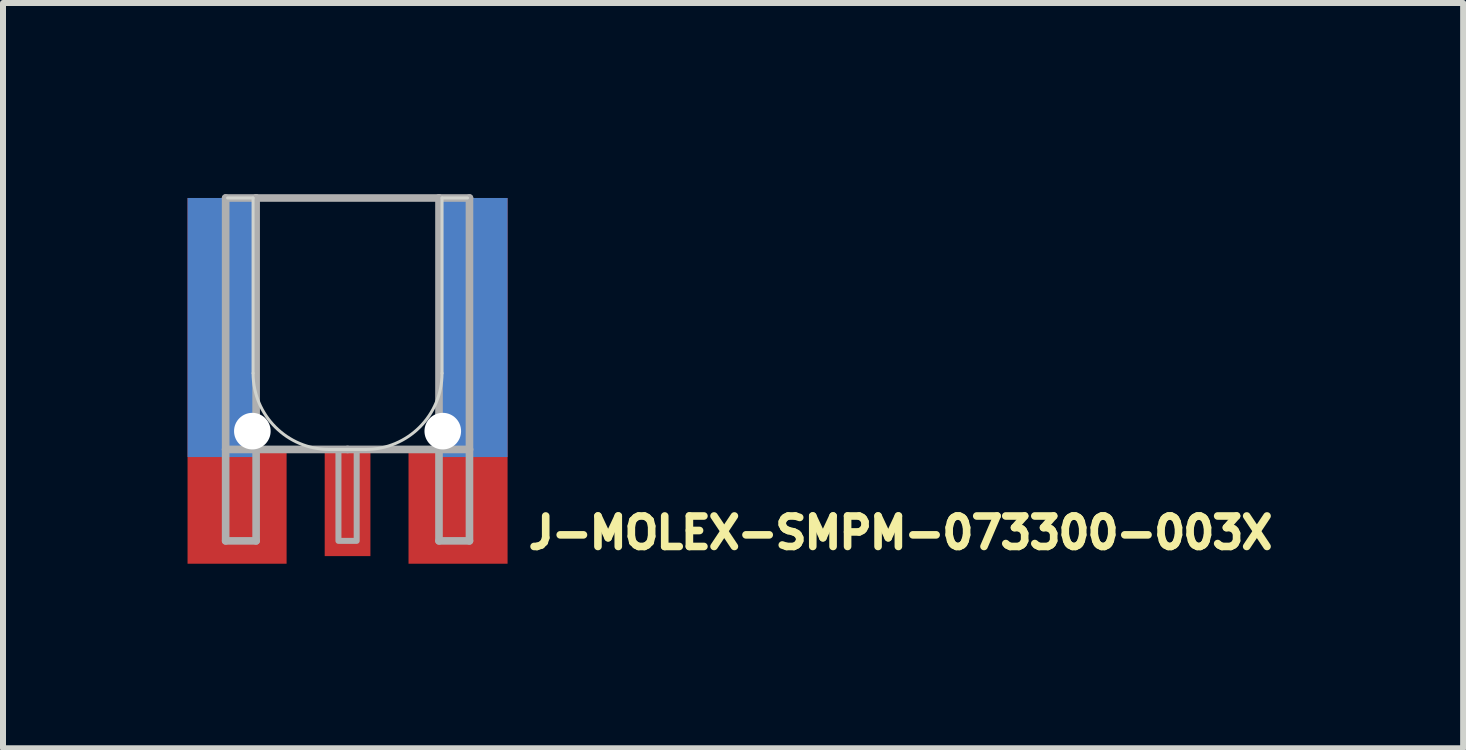
<source format=kicad_pcb>
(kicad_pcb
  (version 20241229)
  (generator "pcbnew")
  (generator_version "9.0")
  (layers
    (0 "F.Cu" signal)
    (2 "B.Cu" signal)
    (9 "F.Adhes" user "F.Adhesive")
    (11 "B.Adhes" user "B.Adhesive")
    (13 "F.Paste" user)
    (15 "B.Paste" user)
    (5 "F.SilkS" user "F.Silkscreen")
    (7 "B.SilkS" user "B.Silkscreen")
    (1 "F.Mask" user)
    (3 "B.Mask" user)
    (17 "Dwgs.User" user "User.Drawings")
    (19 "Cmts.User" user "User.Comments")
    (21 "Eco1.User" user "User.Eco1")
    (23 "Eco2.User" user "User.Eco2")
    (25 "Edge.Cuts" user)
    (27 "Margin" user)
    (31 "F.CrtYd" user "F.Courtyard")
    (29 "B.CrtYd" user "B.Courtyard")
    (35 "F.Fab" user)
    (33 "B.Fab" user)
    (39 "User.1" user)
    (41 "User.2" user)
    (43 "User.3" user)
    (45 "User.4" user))
  (footprint "J-MOLEX-SMPM-073300-003X"
    (layer "F.Cu")
    (at 2.743 0.25)
    (property "Reference" "J-MOLEX-SMPM-073300-003X" (at 2.953 5.877 0) (layer "F.SilkS") (effects (font (size 0.508 0.508) (thickness 0.127)) (justify left bottom)))
    (fp_poly (pts (xy -1.575 4.191) (xy -1.016 4.191) (xy -1.016 6.096) (xy -2.667 6.096) (xy -2.667 0) (xy -1.575 0)) (stroke (width 0) (type default)) (fill yes) (layer "F.Cu"))
    (fp_poly (pts (xy 2.667 6.096) (xy 1.016 6.096) (xy 1.016 4.191) (xy 1.575 4.191) (xy 1.575 0) (xy 2.667 0)) (stroke (width 0) (type default)) (fill yes) (layer "F.Cu"))
    (fp_poly (pts (xy -1.448 4.115) (xy -0.94 4.115) (xy -0.94 6.172) (xy -2.743 6.172) (xy -2.743 -0.076) (xy -1.448 -0.076)) (stroke (width 0) (type default)) (fill yes) (layer "F.Mask"))
    (fp_poly (pts (xy 2.743 6.172) (xy 0.94 6.172) (xy 0.94 4.115) (xy 1.448 4.115) (xy 1.448 -0.076) (xy 2.743 -0.076)) (stroke (width 0) (type default)) (fill yes) (layer "F.Mask"))
    (fp_poly (pts (xy -1.575 4.318) (xy -2.667 4.318) (xy -2.667 0) (xy -1.575 0)) (stroke (width 0) (type default)) (fill yes) (layer "B.Cu"))
    (fp_poly (pts (xy 2.667 4.318) (xy 1.575 4.318) (xy 1.575 0) (xy 2.667 0)) (stroke (width 0) (type default)) (fill yes) (layer "B.Cu"))
    (fp_poly (pts (xy -1.448 4.394) (xy -2.743 4.394) (xy -2.743 -0.076) (xy -1.448 -0.076)) (stroke (width 0) (type default)) (fill yes) (layer "B.Mask"))
    (fp_poly (pts (xy 2.743 4.394) (xy 1.448 4.394) (xy 1.448 -0.076) (xy 2.743 -0.076)) (stroke (width 0) (type default)) (fill yes) (layer "B.Mask"))
    (fp_line (start -2 0) (end -1.575 0) (stroke (width 0.05) (type solid)) (layer "Edge.Cuts"))
    (fp_line (start -1.575 0) (end -1.575 2.921) (stroke (width 0.05) (type solid)) (layer "Edge.Cuts"))
    (fp_line (start -0.305 4.191) (end 0.305 4.191) (stroke (width 0.05) (type solid)) (layer "Edge.Cuts"))
    (fp_line (start 1.575 0) (end 2 0) (stroke (width 0.05) (type solid)) (layer "Edge.Cuts"))
    (fp_line (start 1.575 2.921) (end 1.575 0) (stroke (width 0.05) (type solid)) (layer "Edge.Cuts"))
    (fp_arc (start -0.304799 4.191001) (mid -1.202825 3.819026) (end -1.5748 2.921) (stroke (width 0.05) (type solid)) (layer "Edge.Cuts"))
    (fp_arc (start 1.574799 2.920999) (mid 1.202825 3.819025) (end 0.3048 4.191) (stroke (width 0.05) (type solid)) (layer "Edge.Cuts"))
    (fp_line (start -2.032 0) (end -2.032 4.191) (stroke (width 0.127) (type solid)) (layer "F.Fab"))
    (fp_line (start -2.032 4.191) (end -2.032 5.715) (stroke (width 0.127) (type solid)) (layer "F.Fab"))
    (fp_line (start -2.032 4.191) (end -1.524 4.191) (stroke (width 0.127) (type solid)) (layer "F.Fab"))
    (fp_line (start -2.032 5.715) (end -1.524 5.715) (stroke (width 0.127) (type solid)) (layer "F.Fab"))
    (fp_line (start -1.524 0) (end -2.032 0) (stroke (width 0.127) (type solid)) (layer "F.Fab"))
    (fp_line (start -1.524 0) (end -1.524 4.191) (stroke (width 0.127) (type solid)) (layer "F.Fab"))
    (fp_line (start -1.524 4.191) (end 0 4.191) (stroke (width 0.127) (type solid)) (layer "F.Fab"))
    (fp_line (start -1.524 5.715) (end -1.524 4.191) (stroke (width 0.127) (type solid)) (layer "F.Fab"))
    (fp_line (start 0 4.191) (end 1.524 4.191) (stroke (width 0.127) (type solid)) (layer "F.Fab"))
    (fp_line (start 1.524 0) (end -1.524 0) (stroke (width 0.127) (type solid)) (layer "F.Fab"))
    (fp_line (start 1.524 0) (end 1.524 4.191) (stroke (width 0.127) (type solid)) (layer "F.Fab"))
    (fp_line (start 1.524 4.191) (end 2.032 4.191) (stroke (width 0.127) (type solid)) (layer "F.Fab"))
    (fp_line (start 1.524 5.715) (end 1.524 4.191) (stroke (width 0.127) (type solid)) (layer "F.Fab"))
    (fp_line (start 2.032 0) (end 1.524 0) (stroke (width 0.127) (type solid)) (layer "F.Fab"))
    (fp_line (start 2.032 4.191) (end 2.032 0) (stroke (width 0.127) (type solid)) (layer "F.Fab"))
    (fp_line (start 2.032 4.191) (end 2.032 5.715) (stroke (width 0.127) (type solid)) (layer "F.Fab"))
    (fp_line (start 2.032 5.715) (end 1.524 5.715) (stroke (width 0.127) (type solid)) (layer "F.Fab"))
    (fp_poly (pts (xy -0.152 5.715) (xy 0.152 5.715) (xy 0.152 4.191) (xy -0.152 4.191)) (stroke (width 0.1) (type default)) (fill no) (layer "F.Fab"))
    (pad "" np_thru_hole circle (at -1.587 3.886) (size 0.61 0.61) (drill 0.61) (layers "*.Cu" "*.Mask"))
    (pad "" np_thru_hole circle (at 1.587 3.886) (size 0.61 0.61) (drill 0.61) (layers "*.Cu" "*.Mask"))
    (pad "P$1" smd rect (at -1.778 5.08) (size 0.508 0.508) (layers "F.Cu"))
    (pad "P$2" smd rect (at 1.778 5.08) (size 0.508 0.508) (layers "F.Cu"))
    (pad "P$3" smd rect (at -2.032 1.778 180) (size 0.508 0.508) (layers "B.Cu"))
    (pad "P$4" smd rect (at 2.032 1.778 180) (size 0.508 0.508) (layers "B.Cu"))
    (pad "RF" smd rect (at 0 5.08) (size 0.762 1.778) (layers "F.Cu" "F.Mask")))
  (gr_rect
    (start -3 -3)
    (end 21.337 9.422)
    (stroke (width 0.1) (type default))
    (fill no)
    (layer "Edge.Cuts")))
</source>
